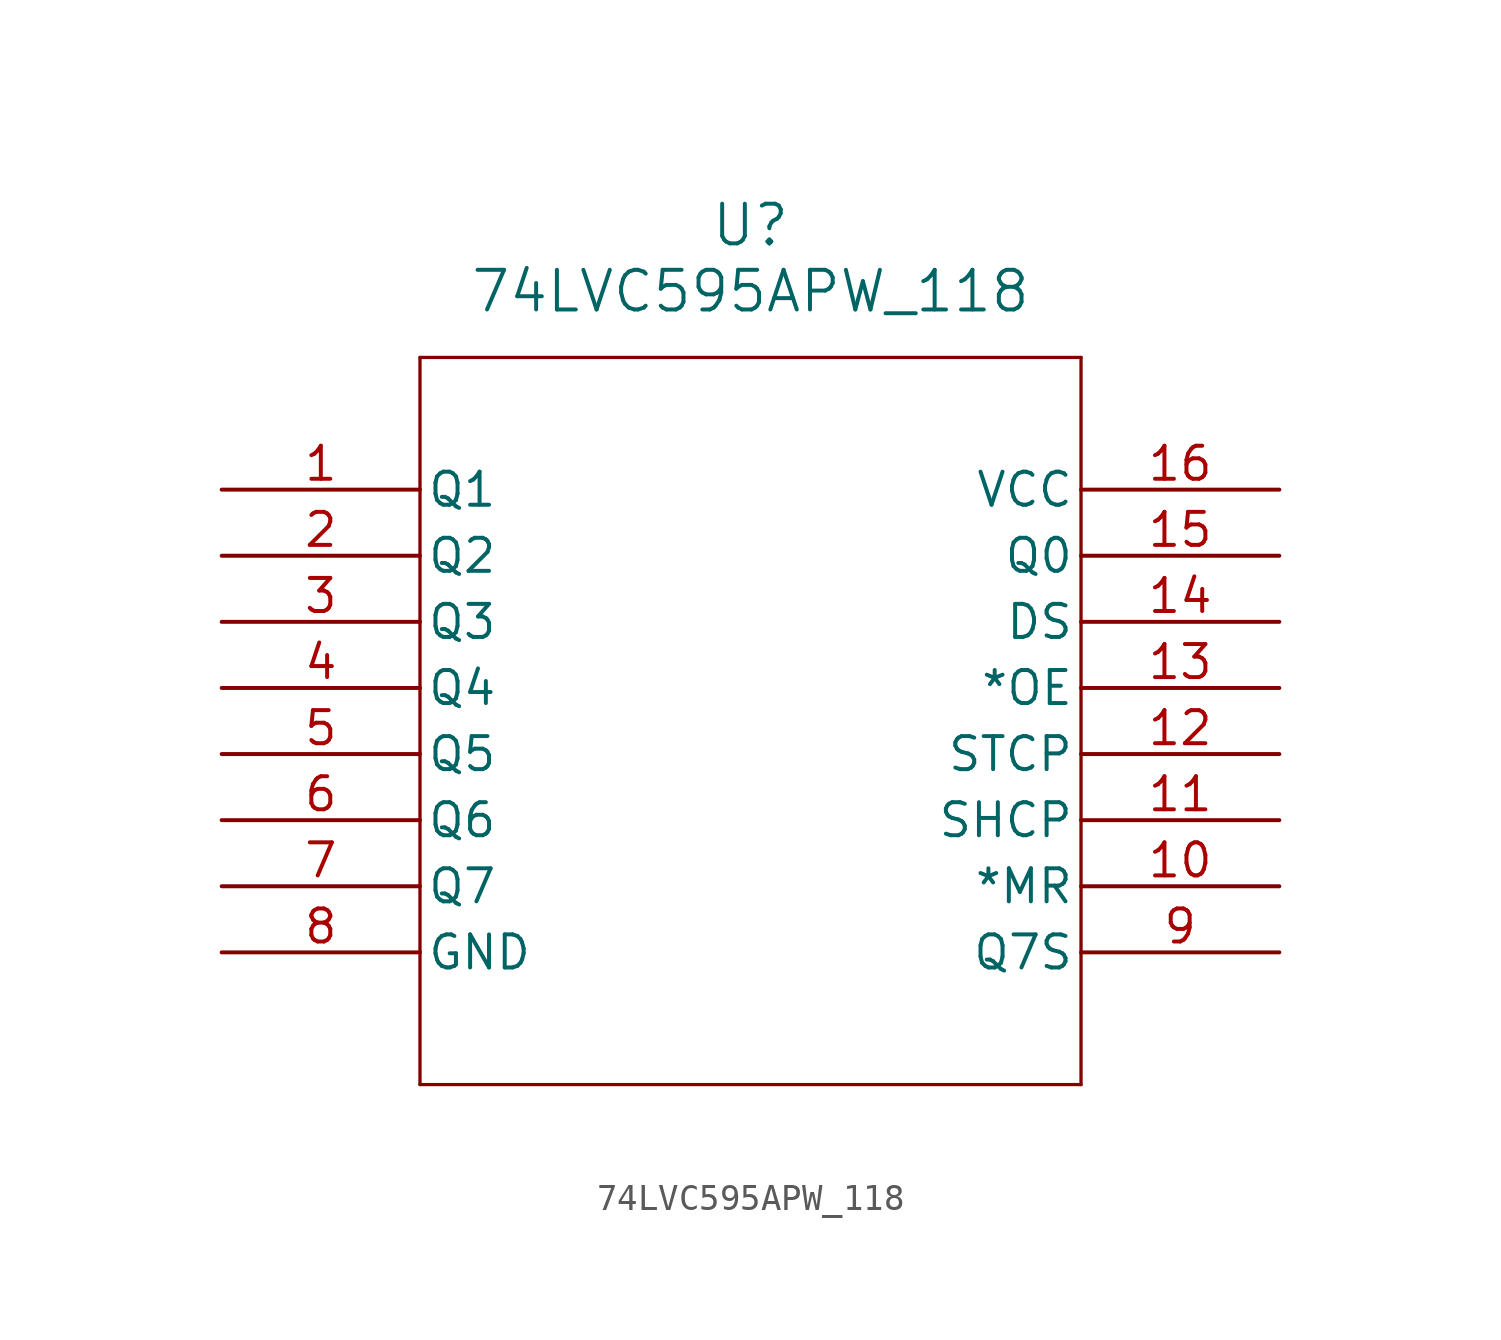
<source format=kicad_sym>
(kicad_symbol_lib
  (version 20220914)
  (generator kicad_symbol_editor)
  (symbol "74LVC595APW_118"
    (pin_names
      (offset 0.254))
    (property "Reference" "U"
      (at 20.32 10.16 0)
      (effects (font (size 1.524 1.524))))
    (property "Value" "74LVC595APW_118"
      (at 20.32 7.62 0)
      (effects (font (size 1.524 1.524))))
    (property "ki_locked" ""
      (at 0 0 0)
      (effects (font (size 1.27 1.27))))
    (symbol "74LVC595APW_118_0_1"
      (polyline (pts (xy 7.62 -22.86) (xy 33.02 -22.86)) (stroke (width 0.127) (type default)) (fill (type none)))
      (polyline (pts (xy 7.62 5.08) (xy 7.62 -22.86)) (stroke (width 0.127) (type default)) (fill (type none)))
      (polyline (pts (xy 33.02 -22.86) (xy 33.02 5.08)) (stroke (width 0.127) (type default)) (fill (type none)))
      (polyline (pts (xy 33.02 5.08) (xy 7.62 5.08)) (stroke (width 0.127) (type default)) (fill (type none)))
      (pin output line (at 0 0 0) (length 7.62) (name "Q1" (effects (font (size 1.27 1.27)))) (number "1" (effects (font (size 1.27 1.27)))))
      (pin input line (at 40.64 -15.24 180) (length 7.62) (name "*MR" (effects (font (size 1.27 1.27)))) (number "10" (effects (font (size 1.27 1.27)))))
      (pin input line (at 40.64 -12.7 180) (length 7.62) (name "SHCP" (effects (font (size 1.27 1.27)))) (number "11" (effects (font (size 1.27 1.27)))))
      (pin input line (at 40.64 -10.16 180) (length 7.62) (name "STCP" (effects (font (size 1.27 1.27)))) (number "12" (effects (font (size 1.27 1.27)))))
      (pin input line (at 40.64 -7.62 180) (length 7.62) (name "*OE" (effects (font (size 1.27 1.27)))) (number "13" (effects (font (size 1.27 1.27)))))
      (pin input line (at 40.64 -5.08 180) (length 7.62) (name "DS" (effects (font (size 1.27 1.27)))) (number "14" (effects (font (size 1.27 1.27)))))
      (pin output line (at 40.64 -2.54 180) (length 7.62) (name "Q0" (effects (font (size 1.27 1.27)))) (number "15" (effects (font (size 1.27 1.27)))))
      (pin power_in line (at 40.64 0 180) (length 7.62) (name "VCC" (effects (font (size 1.27 1.27)))) (number "16" (effects (font (size 1.27 1.27)))))
      (pin output line (at 0 -2.54 0) (length 7.62) (name "Q2" (effects (font (size 1.27 1.27)))) (number "2" (effects (font (size 1.27 1.27)))))
      (pin output line (at 0 -5.08 0) (length 7.62) (name "Q3" (effects (font (size 1.27 1.27)))) (number "3" (effects (font (size 1.27 1.27)))))
      (pin output line (at 0 -7.62 0) (length 7.62) (name "Q4" (effects (font (size 1.27 1.27)))) (number "4" (effects (font (size 1.27 1.27)))))
      (pin output line (at 0 -10.16 0) (length 7.62) (name "Q5" (effects (font (size 1.27 1.27)))) (number "5" (effects (font (size 1.27 1.27)))))
      (pin output line (at 0 -12.7 0) (length 7.62) (name "Q6" (effects (font (size 1.27 1.27)))) (number "6" (effects (font (size 1.27 1.27)))))
      (pin output line (at 0 -15.24 0) (length 7.62) (name "Q7" (effects (font (size 1.27 1.27)))) (number "7" (effects (font (size 1.27 1.27)))))
      (pin output line (at 40.64 -17.78 180) (length 7.62) (name "Q7S" (effects (font (size 1.27 1.27)))) (number "9" (effects (font (size 1.27 1.27))))))
    (symbol "74LVC595APW_118_1_1"
      (pin power_in line (at 0 -17.78 0) (length 7.62) (name "GND" (effects (font (size 1.27 1.27)))) (number "8" (effects (font (size 1.27 1.27))))))))
</source>
